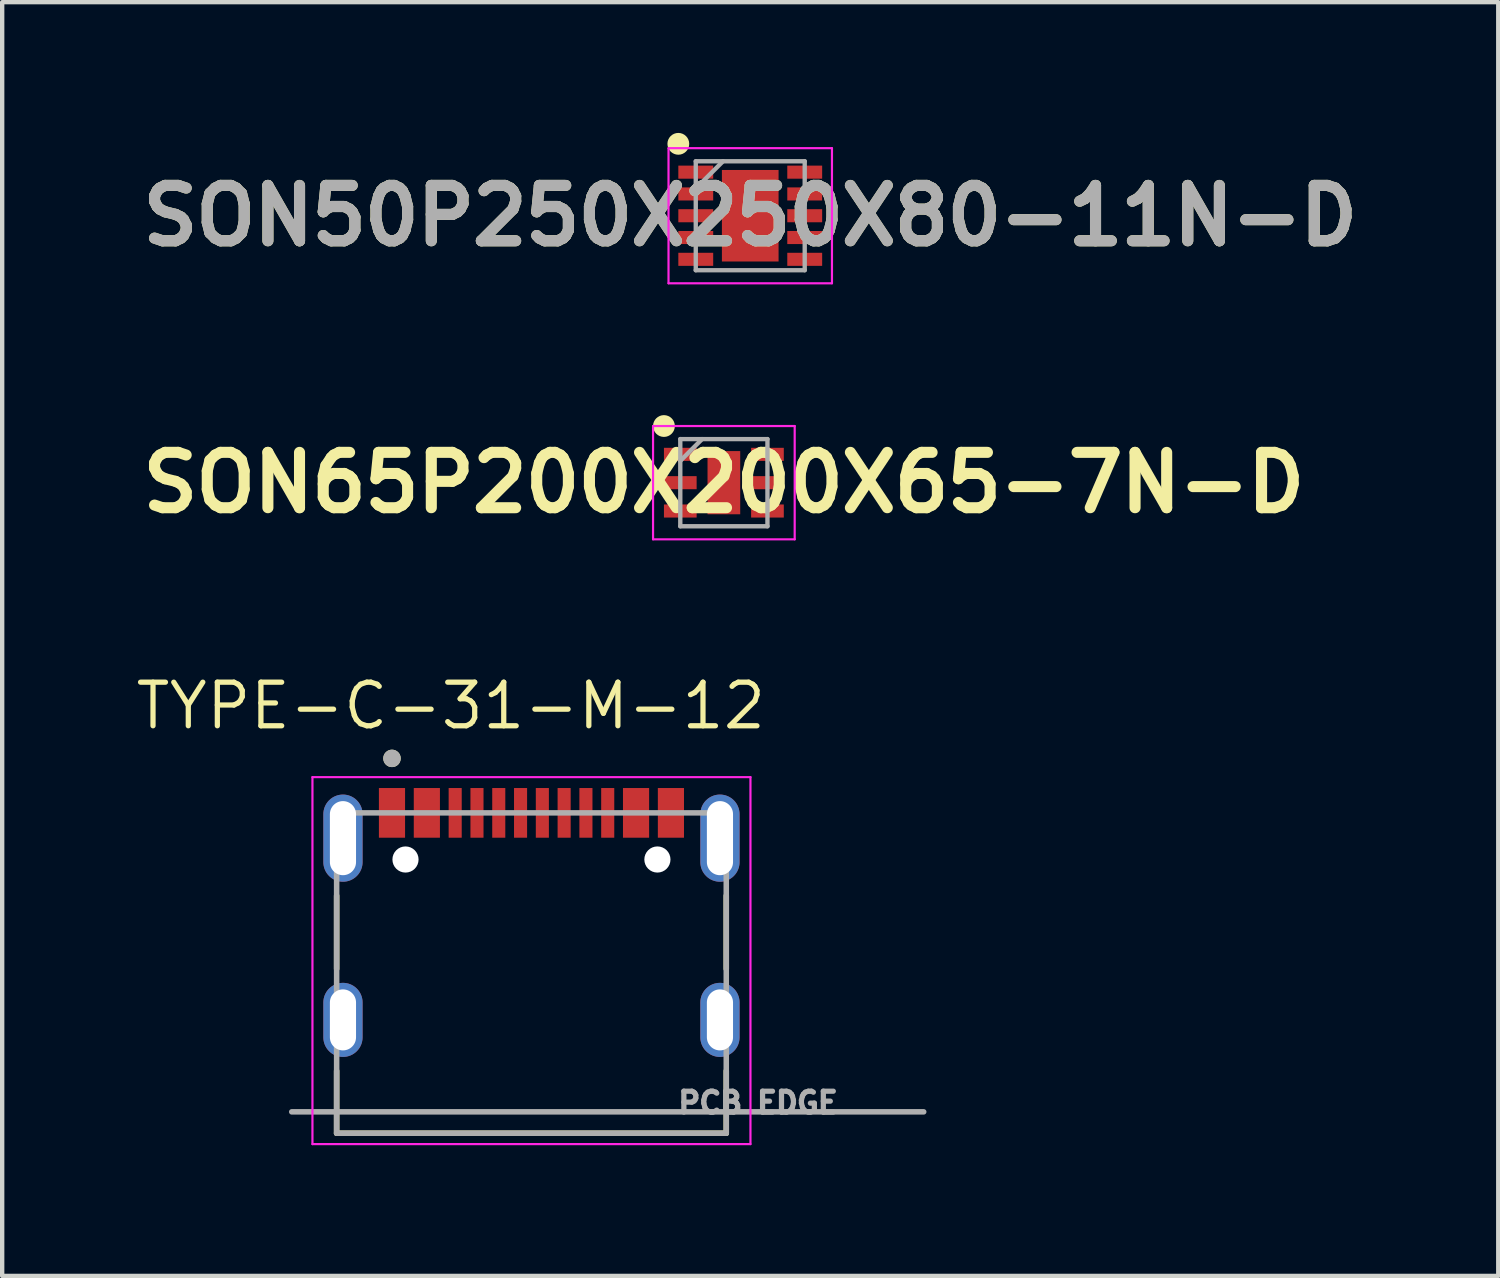
<source format=kicad_pcb>
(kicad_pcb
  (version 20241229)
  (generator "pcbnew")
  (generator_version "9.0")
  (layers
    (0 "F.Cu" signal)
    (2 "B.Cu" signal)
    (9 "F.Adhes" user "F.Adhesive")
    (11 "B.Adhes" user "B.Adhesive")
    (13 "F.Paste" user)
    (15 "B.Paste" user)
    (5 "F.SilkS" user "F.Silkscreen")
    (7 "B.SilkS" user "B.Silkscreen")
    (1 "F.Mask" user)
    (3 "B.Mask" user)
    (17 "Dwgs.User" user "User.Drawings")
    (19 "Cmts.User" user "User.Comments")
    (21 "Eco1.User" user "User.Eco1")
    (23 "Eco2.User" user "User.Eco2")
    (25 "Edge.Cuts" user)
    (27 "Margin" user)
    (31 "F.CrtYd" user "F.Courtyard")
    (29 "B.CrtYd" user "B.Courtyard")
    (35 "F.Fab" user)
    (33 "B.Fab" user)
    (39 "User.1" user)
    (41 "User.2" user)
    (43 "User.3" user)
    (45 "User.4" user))
  (footprint "SON65P200X200X65-7N-D"
    (layer "F.Cu")
    (at 13.559 8.025)
    (property "Reference" "SON65P200X200X65-7N-D" (at 0 0 0) (layer "F.SilkS") (effects (font (size 1.27 1.27) (thickness 0.254))))
    (attr smd)
    (fp_circle (center -1.375 -1.3) (end -1.375 -1.175) (stroke (width 0.25) (type solid)) (fill no) (layer "F.SilkS"))
    (fp_line (start -1.625 -1.3) (end 1.625 -1.3) (stroke (width 0.05) (type solid)) (layer "F.CrtYd"))
    (fp_line (start -1.625 1.3) (end -1.625 -1.3) (stroke (width 0.05) (type solid)) (layer "F.CrtYd"))
    (fp_line (start 1.625 -1.3) (end 1.625 1.3) (stroke (width 0.05) (type solid)) (layer "F.CrtYd"))
    (fp_line (start 1.625 1.3) (end -1.625 1.3) (stroke (width 0.05) (type solid)) (layer "F.CrtYd"))
    (fp_line (start -1 -1) (end 1 -1) (stroke (width 0.1) (type solid)) (layer "F.Fab"))
    (fp_line (start -1 -0.5) (end -0.5 -1) (stroke (width 0.1) (type solid)) (layer "F.Fab"))
    (fp_line (start -1 1) (end -1 -1) (stroke (width 0.1) (type solid)) (layer "F.Fab"))
    (fp_line (start 1 -1) (end 1 1) (stroke (width 0.1) (type solid)) (layer "F.Fab"))
    (fp_line (start 1 1) (end -1 1) (stroke (width 0.1) (type solid)) (layer "F.Fab"))
    (pad "1" smd rect (at -1 -0.65 90) (size 0.3 0.75) (layers "F.Cu" "F.Mask" "F.Paste"))
    (pad "2" smd rect (at -1 0 90) (size 0.3 0.75) (layers "F.Cu" "F.Mask" "F.Paste"))
    (pad "3" smd rect (at -1 0.65 90) (size 0.3 0.75) (layers "F.Cu" "F.Mask" "F.Paste"))
    (pad "4" smd rect (at 1 0.65 90) (size 0.3 0.75) (layers "F.Cu" "F.Mask" "F.Paste"))
    (pad "5" smd rect (at 1 0 90) (size 0.3 0.75) (layers "F.Cu" "F.Mask" "F.Paste"))
    (pad "6" smd rect (at 1 -0.65 90) (size 0.3 0.75) (layers "F.Cu" "F.Mask" "F.Paste"))
    (pad "7" smd rect (at 0 0) (size 0.75 1.45) (layers "F.Cu" "F.Mask" "F.Paste")))
  (footprint "SON50P250X250X80-11N-D"
    (layer "F.Cu")
    (at 14.164 1.9)
    (property "Reference" "SON50P250X250X80-11N-D" (at 0 0 0) (layer "F.SilkS") (effects (font (size 1.27 1.27) (thickness 0.254))))
    (attr smd)
    (fp_circle (center -1.65 -1.65) (end -1.65 -1.525) (stroke (width 0.25) (type solid)) (fill no) (layer "F.SilkS"))
    (fp_line (start -1.875 -1.55) (end 1.875 -1.55) (stroke (width 0.05) (type solid)) (layer "F.CrtYd"))
    (fp_line (start -1.875 1.55) (end -1.875 -1.55) (stroke (width 0.05) (type solid)) (layer "F.CrtYd"))
    (fp_line (start 1.875 -1.55) (end 1.875 1.55) (stroke (width 0.05) (type solid)) (layer "F.CrtYd"))
    (fp_line (start 1.875 1.55) (end -1.875 1.55) (stroke (width 0.05) (type solid)) (layer "F.CrtYd"))
    (fp_line (start -1.25 -1.25) (end 1.25 -1.25) (stroke (width 0.1) (type solid)) (layer "F.Fab"))
    (fp_line (start -1.25 -0.625) (end -0.625 -1.25) (stroke (width 0.1) (type solid)) (layer "F.Fab"))
    (fp_line (start -1.25 1.25) (end -1.25 -1.25) (stroke (width 0.1) (type solid)) (layer "F.Fab"))
    (fp_line (start 1.25 -1.25) (end 1.25 1.25) (stroke (width 0.1) (type solid)) (layer "F.Fab"))
    (fp_line (start 1.25 1.25) (end -1.25 1.25) (stroke (width 0.1) (type solid)) (layer "F.Fab"))
    (fp_text user "${REFERENCE}" (at 0 0 0) (layer "F.Fab") (effects (font (size 1.27 1.27) (thickness 0.254))))
    (pad "1" smd rect (at -1.25 -1 90) (size 0.3 0.8) (layers "F.Cu" "F.Mask" "F.Paste"))
    (pad "2" smd rect (at -1.25 -0.5 90) (size 0.3 0.8) (layers "F.Cu" "F.Mask" "F.Paste"))
    (pad "3" smd rect (at -1.25 0 90) (size 0.3 0.8) (layers "F.Cu" "F.Mask" "F.Paste"))
    (pad "4" smd rect (at -1.25 0.5 90) (size 0.3 0.8) (layers "F.Cu" "F.Mask" "F.Paste"))
    (pad "5" smd rect (at -1.25 1 90) (size 0.3 0.8) (layers "F.Cu" "F.Mask" "F.Paste"))
    (pad "6" smd rect (at 1.25 1 90) (size 0.3 0.8) (layers "F.Cu" "F.Mask" "F.Paste"))
    (pad "7" smd rect (at 1.25 0.5 90) (size 0.3 0.8) (layers "F.Cu" "F.Mask" "F.Paste"))
    (pad "8" smd rect (at 1.25 0 90) (size 0.3 0.8) (layers "F.Cu" "F.Mask" "F.Paste"))
    (pad "9" smd rect (at 1.25 -0.5 90) (size 0.3 0.8) (layers "F.Cu" "F.Mask" "F.Paste"))
    (pad "10" smd rect (at 1.25 -1 90) (size 0.3 0.8) (layers "F.Cu" "F.Mask" "F.Paste"))
    (pad "11" smd rect (at 0 0) (size 1.3 2.1) (layers "F.Cu" "F.Mask" "F.Paste")))
  (footprint "TYPE-C-31-M-12"
    (layer "F.Cu")
    (at 9.144 20.351)
    (property "Reference" "TYPE-C-31-M-12" (at -1.85 -7.205 0) (layer "F.SilkS") (effects (font (size 1 1) (thickness 0.12))))
    (attr smd)
    (fp_poly (pts (xy -3.55 -5.37) (xy -2.85 -5.37) (xy -2.85 -4.13) (xy -3.55 -4.13)) (stroke (width 0.01) (type solid)) (fill yes) (layer "F.Mask"))
    (fp_poly (pts (xy -2.75 -5.37) (xy -2.05 -5.37) (xy -2.05 -4.13) (xy -2.75 -4.13)) (stroke (width 0.01) (type solid)) (fill yes) (layer "F.Mask"))
    (fp_poly (pts (xy -1.95 -5.37) (xy -1.55 -5.37) (xy -1.55 -4.13) (xy -1.95 -4.13)) (stroke (width 0.01) (type solid)) (fill yes) (layer "F.Mask"))
    (fp_poly (pts (xy -1.45 -5.37) (xy -1.05 -5.37) (xy -1.05 -4.13) (xy -1.45 -4.13)) (stroke (width 0.01) (type solid)) (fill yes) (layer "F.Mask"))
    (fp_poly (pts (xy -0.95 -5.37) (xy -0.55 -5.37) (xy -0.55 -4.13) (xy -0.95 -4.13)) (stroke (width 0.01) (type solid)) (fill yes) (layer "F.Mask"))
    (fp_poly (pts (xy -0.45 -5.37) (xy -0.05 -5.37) (xy -0.05 -4.13) (xy -0.45 -4.13)) (stroke (width 0.01) (type solid)) (fill yes) (layer "F.Mask"))
    (fp_poly (pts (xy 0.05 -5.37) (xy 0.45 -5.37) (xy 0.45 -4.13) (xy 0.05 -4.13)) (stroke (width 0.01) (type solid)) (fill yes) (layer "F.Mask"))
    (fp_poly (pts (xy 0.55 -5.37) (xy 0.95 -5.37) (xy 0.95 -4.13) (xy 0.55 -4.13)) (stroke (width 0.01) (type solid)) (fill yes) (layer "F.Mask"))
    (fp_poly (pts (xy 1.05 -5.37) (xy 1.45 -5.37) (xy 1.45 -4.13) (xy 1.05 -4.13)) (stroke (width 0.01) (type solid)) (fill yes) (layer "F.Mask"))
    (fp_poly (pts (xy 1.55 -5.37) (xy 1.95 -5.37) (xy 1.95 -4.13) (xy 1.55 -4.13)) (stroke (width 0.01) (type solid)) (fill yes) (layer "F.Mask"))
    (fp_poly (pts (xy 2.05 -5.37) (xy 2.75 -5.37) (xy 2.75 -4.13) (xy 2.05 -4.13)) (stroke (width 0.01) (type solid)) (fill yes) (layer "F.Mask"))
    (fp_poly (pts (xy 2.85 -5.37) (xy 3.55 -5.37) (xy 3.55 -4.13) (xy 2.85 -4.13)) (stroke (width 0.01) (type solid)) (fill yes) (layer "F.Mask"))
    (fp_line (start -4.47 -2.85) (end -4.47 -1.17) (stroke (width 0.127) (type solid)) (layer "F.SilkS"))
    (fp_line (start -4.47 2.6) (end -4.47 1.17) (stroke (width 0.127) (type solid)) (layer "F.SilkS"))
    (fp_line (start -4.47 2.6) (end 4.47 2.6) (stroke (width 0.127) (type solid)) (layer "F.SilkS"))
    (fp_line (start 4.47 -2.85) (end 4.47 -1.17) (stroke (width 0.127) (type solid)) (layer "F.SilkS"))
    (fp_line (start 4.47 2.6) (end 4.47 1.17) (stroke (width 0.127) (type solid)) (layer "F.SilkS"))
    (fp_circle (center -3.2 -6) (end -3.1 -6) (stroke (width 0.2) (type solid)) (fill no) (layer "F.SilkS"))
    (fp_line (start -5.025 -5.57) (end -5.025 2.85) (stroke (width 0.05) (type solid)) (layer "F.CrtYd"))
    (fp_line (start -5.025 2.85) (end 5.025 2.85) (stroke (width 0.05) (type solid)) (layer "F.CrtYd"))
    (fp_line (start 5.025 -5.57) (end -5.025 -5.57) (stroke (width 0.05) (type solid)) (layer "F.CrtYd"))
    (fp_line (start 5.025 2.85) (end 5.025 -5.57) (stroke (width 0.05) (type solid)) (layer "F.CrtYd"))
    (fp_line (start -5.5 2.11) (end 9 2.11) (stroke (width 0.127) (type solid)) (layer "F.Fab"))
    (fp_line (start -4.47 -4.75) (end -4.47 2.6) (stroke (width 0.127) (type solid)) (layer "F.Fab"))
    (fp_line (start -4.47 2.6) (end 4.47 2.6) (stroke (width 0.127) (type solid)) (layer "F.Fab"))
    (fp_line (start 4.47 -4.75) (end -4.47 -4.75) (stroke (width 0.127) (type solid)) (layer "F.Fab"))
    (fp_line (start 4.47 2.6) (end 4.47 -4.75) (stroke (width 0.127) (type solid)) (layer "F.Fab"))
    (fp_circle (center -3.2 -6) (end -3.1 -6) (stroke (width 0.2) (type solid)) (fill no) (layer "F.Fab"))
    (fp_text user "PCB EDGE" (at 5.2 1.9 0) (layer "F.Fab") (effects (font (size 0.48 0.48) (thickness 0.12))))
    (pad "" np_thru_hole circle (at -2.89 -3.68) (size 0.6 0.6) (drill 0.6) (layers "*.Cu" "*.Mask"))
    (pad "" np_thru_hole circle (at 2.89 -3.68) (size 0.6 0.6) (drill 0.6) (layers "*.Cu" "*.Mask"))
    (pad "A1_B12" smd rect (at -3.2 -4.75) (size 0.6 1.14) (layers "F.Cu" "F.Paste"))
    (pad "A4_B9" smd rect (at -2.4 -4.75) (size 0.6 1.14) (layers "F.Cu" "F.Paste"))
    (pad "A5" smd rect (at -1.25 -4.75) (size 0.3 1.14) (layers "F.Cu" "F.Paste"))
    (pad "A6" smd rect (at -0.25 -4.75) (size 0.3 1.14) (layers "F.Cu" "F.Paste"))
    (pad "A7" smd rect (at 0.25 -4.75) (size 0.3 1.14) (layers "F.Cu" "F.Paste"))
    (pad "A8" smd rect (at 1.25 -4.75) (size 0.3 1.14) (layers "F.Cu" "F.Paste"))
    (pad "B1_A12" smd rect (at 3.2 -4.75) (size 0.6 1.14) (layers "F.Cu" "F.Paste"))
    (pad "B4_A9" smd rect (at 2.4 -4.75) (size 0.6 1.14) (layers "F.Cu" "F.Paste"))
    (pad "B5" smd rect (at 1.75 -4.75) (size 0.3 1.14) (layers "F.Cu" "F.Paste"))
    (pad "B6" smd rect (at 0.75 -4.75) (size 0.3 1.14) (layers "F.Cu" "F.Paste"))
    (pad "B7" smd rect (at -0.75 -4.75) (size 0.3 1.14) (layers "F.Cu" "F.Paste"))
    (pad "B8" smd rect (at -1.75 -4.75) (size 0.3 1.14) (layers "F.Cu" "F.Paste"))
    (pad "S1" thru_hole oval (at -4.325 -4.17) (size 0.9 2) (drill oval 0.6 1.7) (layers "*.Cu" "*.Mask"))
    (pad "S2" thru_hole oval (at 4.325 -4.17) (size 0.9 2) (drill oval 0.6 1.7) (layers "*.Cu" "*.Mask"))
    (pad "S3" thru_hole oval (at -4.325 0) (size 0.9 1.7) (drill oval 0.6 1.4) (layers "*.Cu" "*.Mask"))
    (pad "S4" thru_hole oval (at 4.325 0) (size 0.9 1.7) (drill oval 0.6 1.4) (layers "*.Cu" "*.Mask")))
  (gr_rect
    (start -3 -3)
    (end 31.327 26.226)
    (stroke (width 0.1) (type default))
    (fill no)
    (layer "Edge.Cuts")))
</source>
